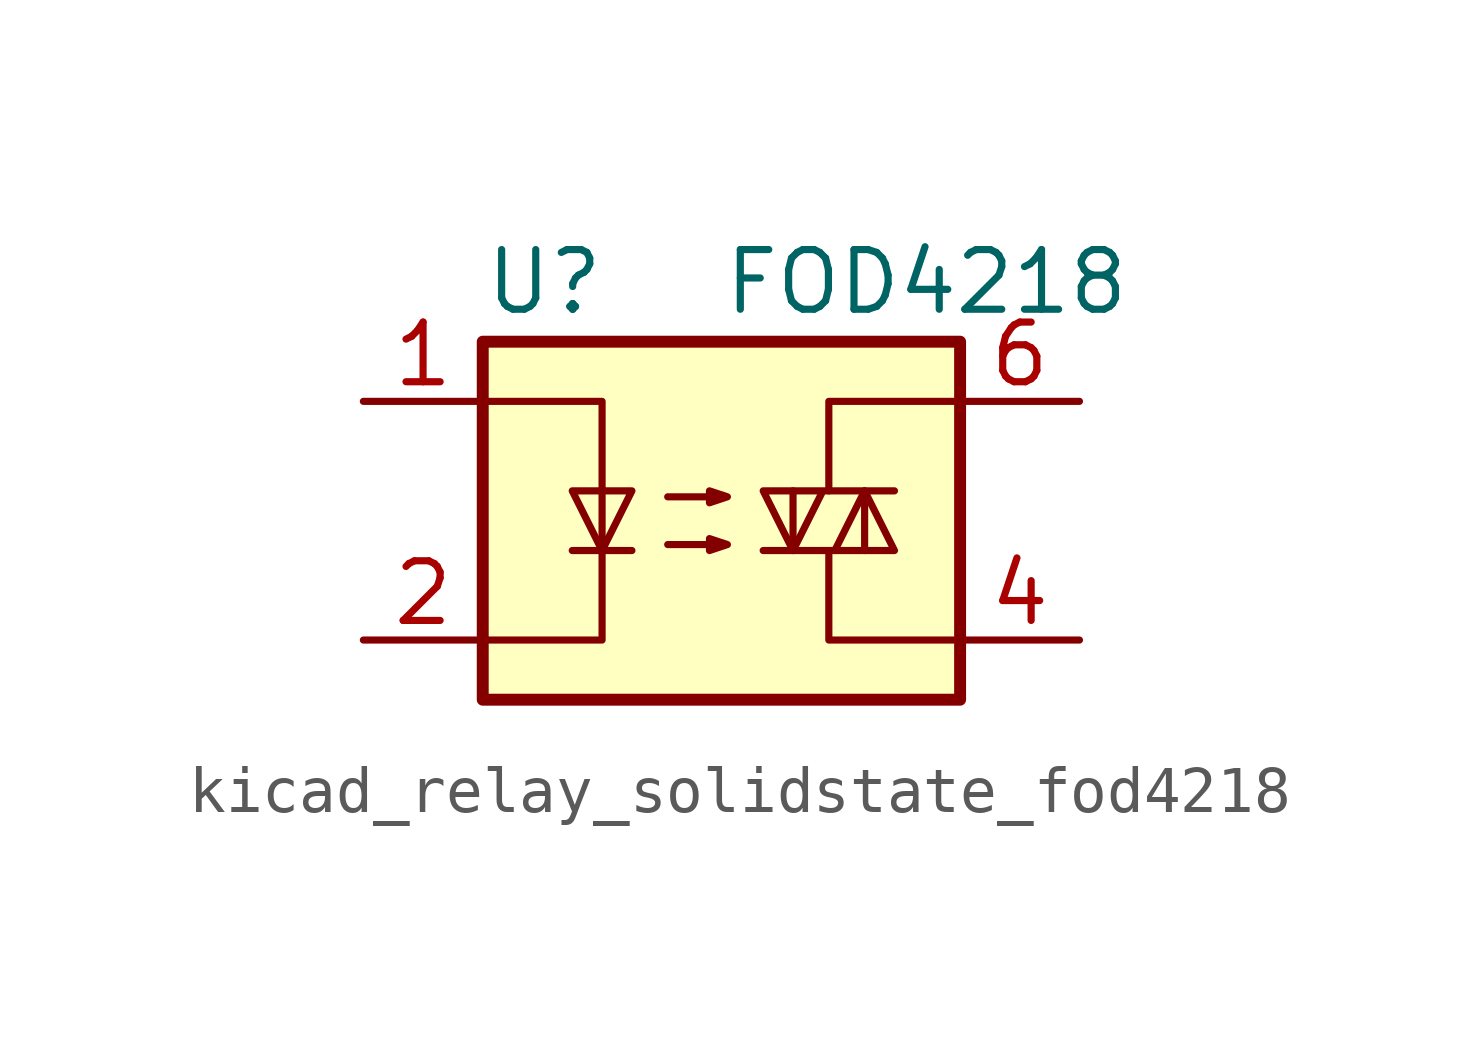
<source format=kicad_sym>
(kicad_symbol_lib
  (version 20220914)
  (generator kicad_symbol_editor)
  (symbol "kicad_relay_solidstate_fod4218"
    (property "Reference" "U"
      (at -5.08 5.08 0)
      (effects (font (size 1.27 1.27)) (justify left)))
    (property "Value" "FOD4218"
      (at 0 5.08 0)
      (effects (font (size 1.27 1.27)) (justify left)))
    (symbol "kicad_relay_solidstate_fod4218_0_1"
      (rectangle (start -5.08 3.81) (end 5.08 -3.81) (stroke (width 0.254) (type default)) (fill (type background)))
      (polyline (pts (xy -3.175 -0.635) (xy -1.905 -0.635)) (stroke (width 0) (type default)) (fill (type none)))
      (polyline (pts (xy 1.524 -0.635) (xy 1.524 0.635)) (stroke (width 0) (type default)) (fill (type none)))
      (polyline (pts (xy 3.048 0.635) (xy 3.048 -0.635)) (stroke (width 0) (type default)) (fill (type none)))
      (polyline (pts (xy 2.286 -0.635) (xy 2.286 -2.54) (xy 5.08 -2.54)) (stroke (width 0) (type default)) (fill (type none)))
      (polyline (pts (xy 2.286 0.635) (xy 2.286 2.54) (xy 5.08 2.54)) (stroke (width 0) (type default)) (fill (type none)))
      (polyline (pts (xy -5.08 2.54) (xy -2.54 2.54) (xy -2.54 -2.54) (xy -5.08 -2.54)) (stroke (width 0) (type default)) (fill (type none)))
      (polyline (pts (xy -2.54 -0.635) (xy -3.175 0.635) (xy -1.905 0.635) (xy -2.54 -0.635)) (stroke (width 0) (type default)) (fill (type none)))
      (polyline (pts (xy 0.889 -0.635) (xy 3.683 -0.635) (xy 3.048 0.635) (xy 2.413 -0.635)) (stroke (width 0) (type default)) (fill (type none)))
      (polyline (pts (xy 3.683 0.635) (xy 0.889 0.635) (xy 1.524 -0.635) (xy 2.159 0.635)) (stroke (width 0) (type default)) (fill (type none)))
      (polyline (pts (xy -1.143 -0.508) (xy 0.127 -0.508) (xy -0.254 -0.635) (xy -0.254 -0.381) (xy 0.127 -0.508)) (stroke (width 0) (type default)) (fill (type none)))
      (polyline (pts (xy -1.143 0.508) (xy 0.127 0.508) (xy -0.254 0.381) (xy -0.254 0.635) (xy 0.127 0.508)) (stroke (width 0) (type default)) (fill (type none))))
    (symbol "kicad_relay_solidstate_fod4218_1_1"
      (pin passive line (at -7.62 2.54 0) (length 2.54) (name "~" (effects (font (size 1.27 1.27)))) (number "1" (effects (font (size 1.27 1.27)))))
      (pin passive line (at -7.62 -2.54 0) (length 2.54) (name "~" (effects (font (size 1.27 1.27)))) (number "2" (effects (font (size 1.27 1.27)))))
      (pin no_connect line (at -5.08 0 0) (length 2.54) hide (name "NC" (effects (font (size 1.27 1.27)))) (number "3" (effects (font (size 1.27 1.27)))))
      (pin passive line (at 7.62 -2.54 180) (length 2.54) (name "~" (effects (font (size 1.27 1.27)))) (number "4" (effects (font (size 1.27 1.27)))))
      (pin no_connect line (at 5.08 0 180) (length 2.54) hide (name "NC" (effects (font (size 1.27 1.27)))) (number "5" (effects (font (size 1.27 1.27)))))
      (pin passive line (at 7.62 2.54 180) (length 2.54) (name "~" (effects (font (size 1.27 1.27)))) (number "6" (effects (font (size 1.27 1.27))))))))
</source>
